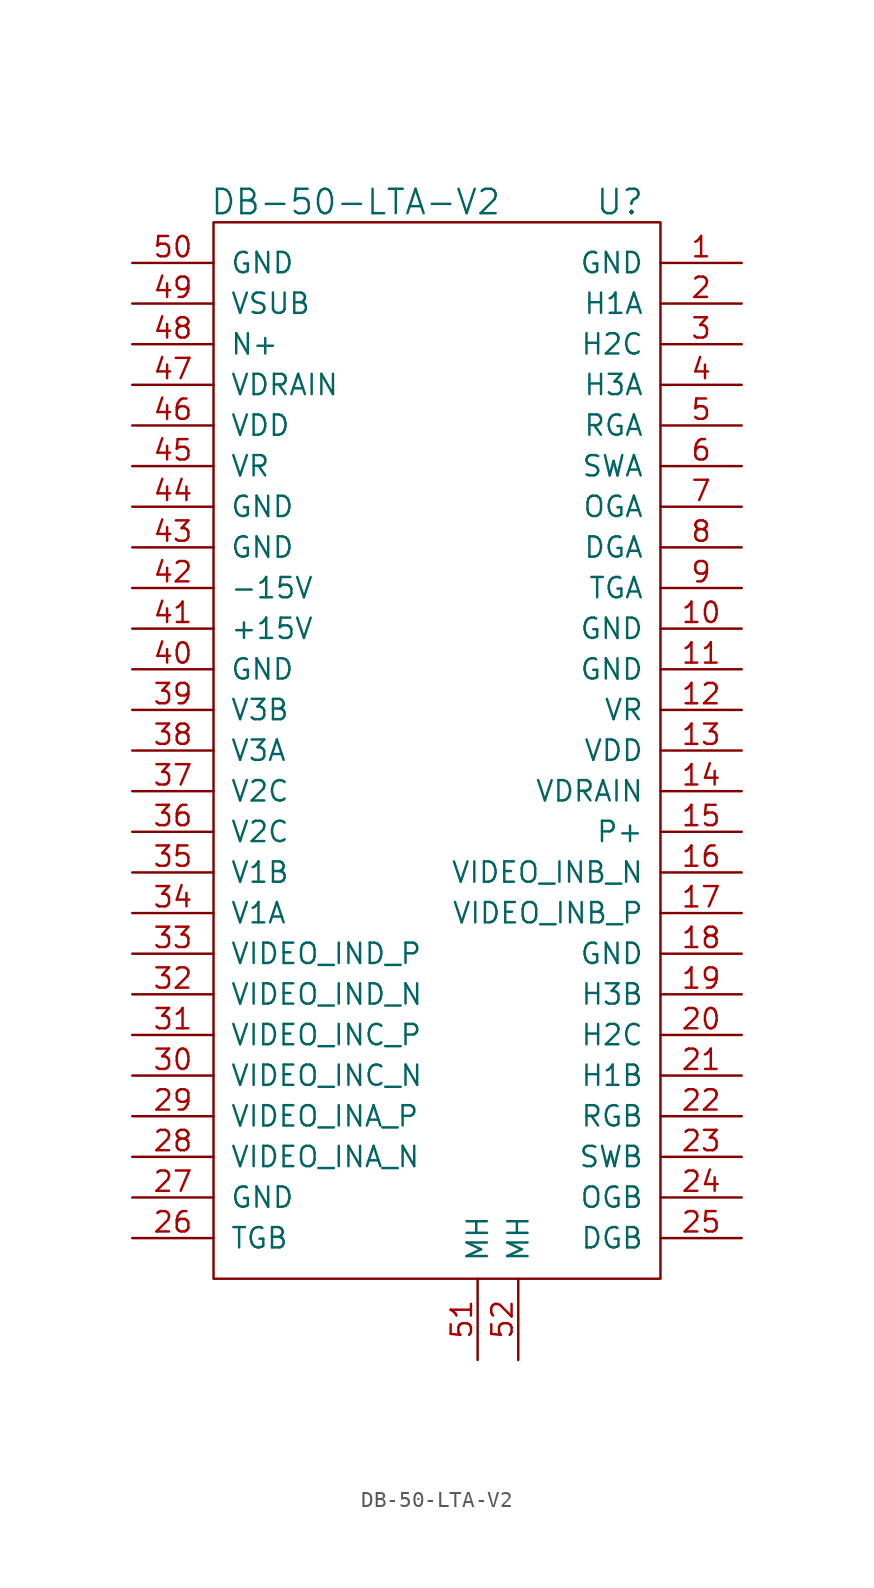
<source format=kicad_sym>
(kicad_symbol_lib
  (version 20220914)
  (generator kicad_symbol_editor)
  (symbol "DB-50-LTA-V2"
    (pin_names
      (offset 1.016))
    (property "Reference" "U"
      (at 11.43 31.75 0)
      (effects (font (size 1.524 1.524))))
    (property "Value" "DB-50-LTA-V2"
      (at -5.08 31.75 0)
      (effects (font (size 1.524 1.524))))
    (symbol "DB-50-LTA-V2_0_1"
      (rectangle (start -13.97 30.48) (end 13.97 -35.56) (stroke (width 0) (type default)) (fill (type none))))
    (symbol "DB-50-LTA-V2_1_1"
      (pin bidirectional line (at 19.05 27.94 180) (length 5.08) (name "GND" (effects (font (size 1.27 1.27)))) (number "1" (effects (font (size 1.27 1.27)))))
      (pin bidirectional line (at 19.05 5.08 180) (length 5.08) (name "GND" (effects (font (size 1.27 1.27)))) (number "10" (effects (font (size 1.27 1.27)))))
      (pin bidirectional line (at 19.05 2.54 180) (length 5.08) (name "GND" (effects (font (size 1.27 1.27)))) (number "11" (effects (font (size 1.27 1.27)))))
      (pin bidirectional line (at 19.05 0 180) (length 5.08) (name "VR" (effects (font (size 1.27 1.27)))) (number "12" (effects (font (size 1.27 1.27)))))
      (pin bidirectional line (at 19.05 -2.54 180) (length 5.08) (name "VDD" (effects (font (size 1.27 1.27)))) (number "13" (effects (font (size 1.27 1.27)))))
      (pin bidirectional line (at 19.05 -5.08 180) (length 5.08) (name "VDRAIN" (effects (font (size 1.27 1.27)))) (number "14" (effects (font (size 1.27 1.27)))))
      (pin bidirectional line (at 19.05 -7.62 180) (length 5.08) (name "P+" (effects (font (size 1.27 1.27)))) (number "15" (effects (font (size 1.27 1.27)))))
      (pin bidirectional line (at 19.05 -10.16 180) (length 5.08) (name "VIDEO_INB_N" (effects (font (size 1.27 1.27)))) (number "16" (effects (font (size 1.27 1.27)))))
      (pin bidirectional line (at 19.05 -12.7 180) (length 5.08) (name "VIDEO_INB_P" (effects (font (size 1.27 1.27)))) (number "17" (effects (font (size 1.27 1.27)))))
      (pin bidirectional line (at 19.05 -15.24 180) (length 5.08) (name "GND" (effects (font (size 1.27 1.27)))) (number "18" (effects (font (size 1.27 1.27)))))
      (pin bidirectional line (at 19.05 -17.78 180) (length 5.08) (name "H3B" (effects (font (size 1.27 1.27)))) (number "19" (effects (font (size 1.27 1.27)))))
      (pin bidirectional line (at 19.05 25.4 180) (length 5.08) (name "H1A" (effects (font (size 1.27 1.27)))) (number "2" (effects (font (size 1.27 1.27)))))
      (pin bidirectional line (at 19.05 -20.32 180) (length 5.08) (name "H2C" (effects (font (size 1.27 1.27)))) (number "20" (effects (font (size 1.27 1.27)))))
      (pin bidirectional line (at 19.05 -22.86 180) (length 5.08) (name "H1B" (effects (font (size 1.27 1.27)))) (number "21" (effects (font (size 1.27 1.27)))))
      (pin bidirectional line (at 19.05 -25.4 180) (length 5.08) (name "RGB" (effects (font (size 1.27 1.27)))) (number "22" (effects (font (size 1.27 1.27)))))
      (pin bidirectional line (at 19.05 -27.94 180) (length 5.08) (name "SWB" (effects (font (size 1.27 1.27)))) (number "23" (effects (font (size 1.27 1.27)))))
      (pin bidirectional line (at 19.05 -30.48 180) (length 5.08) (name "OGB" (effects (font (size 1.27 1.27)))) (number "24" (effects (font (size 1.27 1.27)))))
      (pin bidirectional line (at 19.05 -33.02 180) (length 5.08) (name "DGB" (effects (font (size 1.27 1.27)))) (number "25" (effects (font (size 1.27 1.27)))))
      (pin bidirectional line (at -19.05 -33.02 0) (length 5.08) (name "TGB" (effects (font (size 1.27 1.27)))) (number "26" (effects (font (size 1.27 1.27)))))
      (pin bidirectional line (at -19.05 -30.48 0) (length 5.08) (name "GND" (effects (font (size 1.27 1.27)))) (number "27" (effects (font (size 1.27 1.27)))))
      (pin bidirectional line (at -19.05 -27.94 0) (length 5.08) (name "VIDEO_INA_N" (effects (font (size 1.27 1.27)))) (number "28" (effects (font (size 1.27 1.27)))))
      (pin bidirectional line (at -19.05 -25.4 0) (length 5.08) (name "VIDEO_INA_P" (effects (font (size 1.27 1.27)))) (number "29" (effects (font (size 1.27 1.27)))))
      (pin input line (at 19.05 22.86 180) (length 5.08) (name "H2C" (effects (font (size 1.27 1.27)))) (number "3" (effects (font (size 1.27 1.27)))))
      (pin bidirectional line (at -19.05 -22.86 0) (length 5.08) (name "VIDEO_INC_N" (effects (font (size 1.27 1.27)))) (number "30" (effects (font (size 1.27 1.27)))))
      (pin bidirectional line (at -19.05 -20.32 0) (length 5.08) (name "VIDEO_INC_P" (effects (font (size 1.27 1.27)))) (number "31" (effects (font (size 1.27 1.27)))))
      (pin bidirectional line (at -19.05 -17.78 0) (length 5.08) (name "VIDEO_IND_N" (effects (font (size 1.27 1.27)))) (number "32" (effects (font (size 1.27 1.27)))))
      (pin bidirectional line (at -19.05 -15.24 0) (length 5.08) (name "VIDEO_IND_P" (effects (font (size 1.27 1.27)))) (number "33" (effects (font (size 1.27 1.27)))))
      (pin bidirectional line (at -19.05 -12.7 0) (length 5.08) (name "V1A" (effects (font (size 1.27 1.27)))) (number "34" (effects (font (size 1.27 1.27)))))
      (pin bidirectional line (at -19.05 -10.16 0) (length 5.08) (name "V1B" (effects (font (size 1.27 1.27)))) (number "35" (effects (font (size 1.27 1.27)))))
      (pin bidirectional line (at -19.05 -7.62 0) (length 5.08) (name "V2C" (effects (font (size 1.27 1.27)))) (number "36" (effects (font (size 1.27 1.27)))))
      (pin bidirectional line (at -19.05 -5.08 0) (length 5.08) (name "V2C" (effects (font (size 1.27 1.27)))) (number "37" (effects (font (size 1.27 1.27)))))
      (pin bidirectional line (at -19.05 -2.54 0) (length 5.08) (name "V3A" (effects (font (size 1.27 1.27)))) (number "38" (effects (font (size 1.27 1.27)))))
      (pin bidirectional line (at -19.05 0 0) (length 5.08) (name "V3B" (effects (font (size 1.27 1.27)))) (number "39" (effects (font (size 1.27 1.27)))))
      (pin bidirectional line (at 19.05 20.32 180) (length 5.08) (name "H3A" (effects (font (size 1.27 1.27)))) (number "4" (effects (font (size 1.27 1.27)))))
      (pin bidirectional line (at -19.05 2.54 0) (length 5.08) (name "GND" (effects (font (size 1.27 1.27)))) (number "40" (effects (font (size 1.27 1.27)))))
      (pin bidirectional line (at -19.05 5.08 0) (length 5.08) (name "+15V" (effects (font (size 1.27 1.27)))) (number "41" (effects (font (size 1.27 1.27)))))
      (pin bidirectional line (at -19.05 7.62 0) (length 5.08) (name "-15V" (effects (font (size 1.27 1.27)))) (number "42" (effects (font (size 1.27 1.27)))))
      (pin bidirectional line (at -19.05 10.16 0) (length 5.08) (name "GND" (effects (font (size 1.27 1.27)))) (number "43" (effects (font (size 1.27 1.27)))))
      (pin bidirectional line (at -19.05 12.7 0) (length 5.08) (name "GND" (effects (font (size 1.27 1.27)))) (number "44" (effects (font (size 1.27 1.27)))))
      (pin bidirectional line (at -19.05 15.24 0) (length 5.08) (name "VR" (effects (font (size 1.27 1.27)))) (number "45" (effects (font (size 1.27 1.27)))))
      (pin bidirectional line (at -19.05 17.78 0) (length 5.08) (name "VDD" (effects (font (size 1.27 1.27)))) (number "46" (effects (font (size 1.27 1.27)))))
      (pin bidirectional line (at -19.05 20.32 0) (length 5.08) (name "VDRAIN" (effects (font (size 1.27 1.27)))) (number "47" (effects (font (size 1.27 1.27)))))
      (pin bidirectional line (at -19.05 22.86 0) (length 5.08) (name "N+" (effects (font (size 1.27 1.27)))) (number "48" (effects (font (size 1.27 1.27)))))
      (pin bidirectional line (at -19.05 25.4 0) (length 5.08) (name "VSUB" (effects (font (size 1.27 1.27)))) (number "49" (effects (font (size 1.27 1.27)))))
      (pin bidirectional line (at 19.05 17.78 180) (length 5.08) (name "RGA" (effects (font (size 1.27 1.27)))) (number "5" (effects (font (size 1.27 1.27)))))
      (pin bidirectional line (at -19.05 27.94 0) (length 5.08) (name "GND" (effects (font (size 1.27 1.27)))) (number "50" (effects (font (size 1.27 1.27)))))
      (pin bidirectional line (at 2.54 -40.64 90) (length 5.08) (name "MH" (effects (font (size 1.27 1.27)))) (number "51" (effects (font (size 1.27 1.27)))))
      (pin bidirectional line (at 5.08 -40.64 90) (length 5.08) (name "MH" (effects (font (size 1.27 1.27)))) (number "52" (effects (font (size 1.27 1.27)))))
      (pin bidirectional line (at 19.05 15.24 180) (length 5.08) (name "SWA" (effects (font (size 1.27 1.27)))) (number "6" (effects (font (size 1.27 1.27)))))
      (pin bidirectional line (at 19.05 12.7 180) (length 5.08) (name "OGA" (effects (font (size 1.27 1.27)))) (number "7" (effects (font (size 1.27 1.27)))))
      (pin bidirectional line (at 19.05 10.16 180) (length 5.08) (name "DGA" (effects (font (size 1.27 1.27)))) (number "8" (effects (font (size 1.27 1.27)))))
      (pin bidirectional line (at 19.05 7.62 180) (length 5.08) (name "TGA" (effects (font (size 1.27 1.27)))) (number "9" (effects (font (size 1.27 1.27))))))))
</source>
